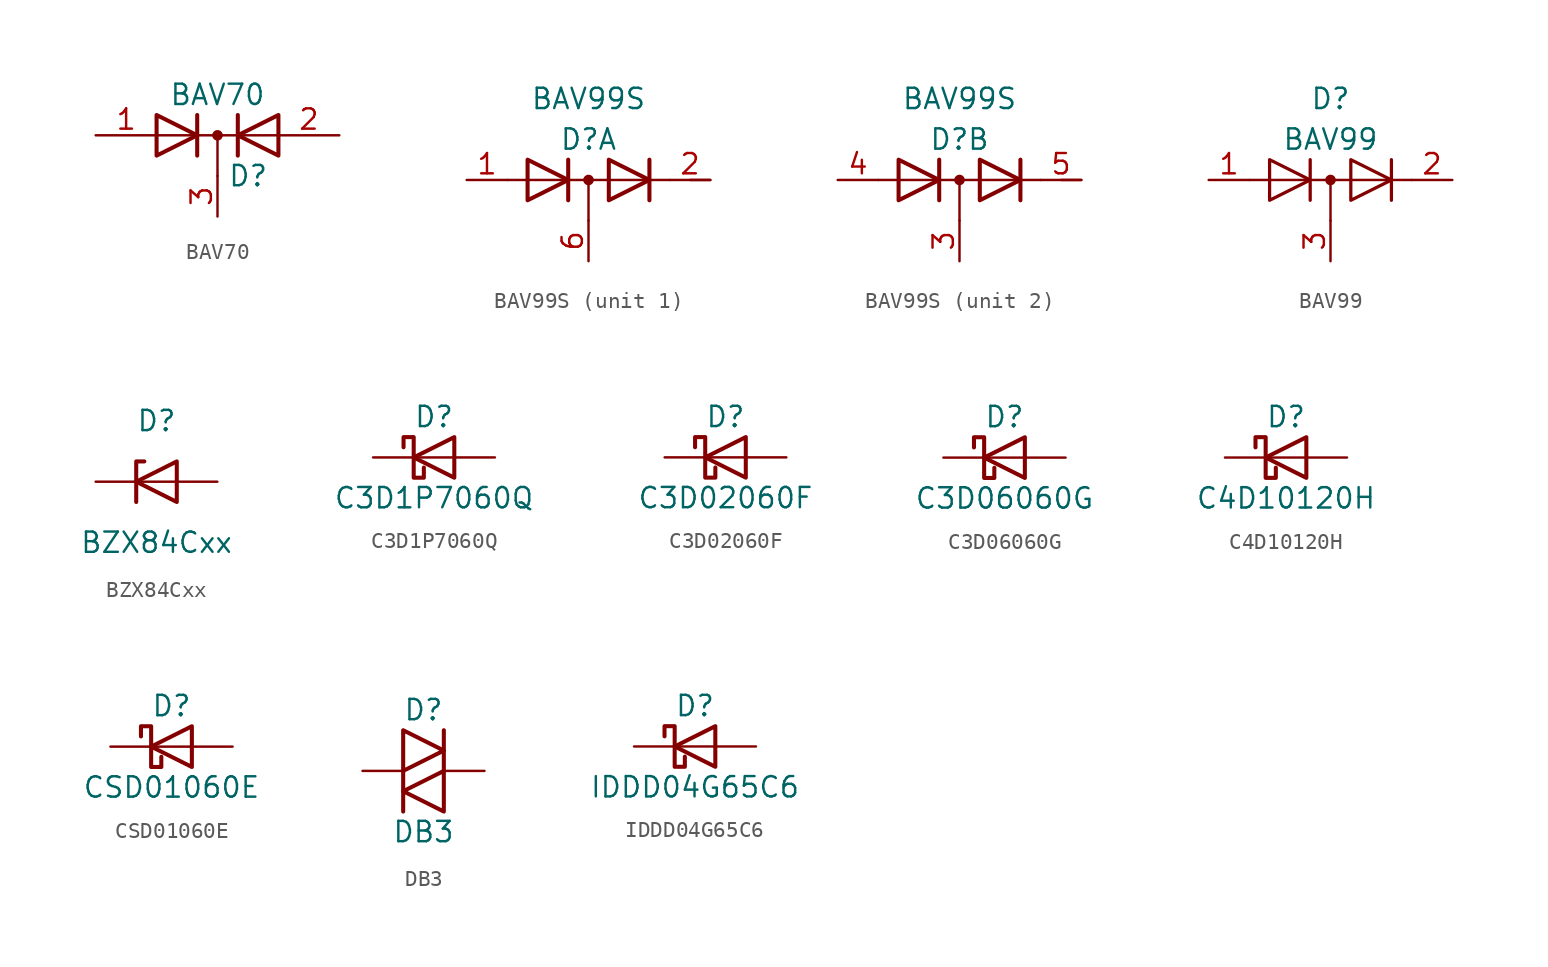
<source format=kicad_sym>
(kicad_symbol_lib
  (version 20241209)
  (generator "kicad_symbol_editor")
  (generator_version "9.0")
  (symbol "BAV70"
    (pin_names
      (hide yes))
    (property "Reference" "D"
      (at 0.635 -2.54 0)
      (effects (font (size 1.27 1.27)) (justify left)))
    (property "Value" "BAV70"
      (at 0 2.54 0)
      (effects (font (size 1.27 1.27))))
    (symbol "BAV70_0_1"
      (polyline (pts (xy -3.81 1.27) (xy -1.27 0) (xy -3.81 -1.27) (xy -3.81 1.27) (xy -3.81 1.27) (xy -3.81 1.27)) (stroke (width 0.254) (type default)) (fill (type none)))
      (polyline (pts (xy -3.81 0) (xy 3.81 0)) (stroke (width 0) (type default)) (fill (type none)))
      (polyline (pts (xy -1.27 -1.27) (xy -1.27 1.27) (xy -1.27 1.27)) (stroke (width 0.254) (type default)) (fill (type none)))
      (polyline (pts (xy 0 0) (xy 0 -2.54)) (stroke (width 0) (type default)) (fill (type none)))
      (circle (center 0 0) (radius 0.254) (stroke (width 0) (type default)) (fill (type outline)))
      (polyline (pts (xy 1.27 -1.27) (xy 1.27 1.27) (xy 1.27 1.27)) (stroke (width 0.254) (type default)) (fill (type none)))
      (polyline (pts (xy 3.81 -1.27) (xy 1.27 0) (xy 3.81 1.27) (xy 3.81 -1.27) (xy 3.81 -1.27) (xy 3.81 -1.27)) (stroke (width 0.254) (type default)) (fill (type none)))
      (pin passive line (at -7.62 0 0) (length 3.81) (name "A" (effects (font (size 1.27 1.27)))) (number "1" (effects (font (size 1.27 1.27)))))
      (pin passive line (at 0 -5.08 90) (length 2.54) (name "K" (effects (font (size 1.27 1.27)))) (number "3" (effects (font (size 1.27 1.27)))))
      (pin passive line (at 7.62 0 180) (length 3.81) (name "A" (effects (font (size 1.27 1.27)))) (number "2" (effects (font (size 1.27 1.27)))))))
  (symbol "BAV99S"
    (pin_names
      (offset 0.025)
      (hide yes))
    (property "Reference" "D"
      (at 0 2.54 0)
      (effects (font (size 1.27 1.27))))
    (property "Value" "BAV99S"
      (at 0 5.08 0)
      (effects (font (size 1.27 1.27))))
    (property "ki_locked" ""
      (at 0 0 0)
      (effects (font (size 1.27 1.27))))
    (symbol "BAV99S_0_1"
      (polyline (pts (xy -5.08 0) (xy 5.08 0)) (stroke (width 0) (type default)) (fill (type none)))
      (polyline (pts (xy -3.81 1.27) (xy -1.27 0) (xy -3.81 -1.27) (xy -3.81 1.27) (xy -3.81 1.27) (xy -3.81 1.27)) (stroke (width 0.254) (type default)) (fill (type none)))
      (polyline (pts (xy -1.27 -1.27) (xy -1.27 1.27) (xy -1.27 1.27)) (stroke (width 0.254) (type default)) (fill (type none)))
      (polyline (pts (xy 0 0) (xy 0 -2.54)) (stroke (width 0) (type default)) (fill (type none)))
      (circle (center 0 0) (radius 0.254) (stroke (width 0) (type default)) (fill (type outline)))
      (polyline (pts (xy 1.27 1.27) (xy 3.81 0) (xy 1.27 -1.27) (xy 1.27 1.27) (xy 1.27 1.27) (xy 1.27 1.27)) (stroke (width 0.254) (type default)) (fill (type none)))
      (polyline (pts (xy 3.81 1.27) (xy 3.81 -1.27) (xy 3.81 -1.27)) (stroke (width 0.254) (type default)) (fill (type none))))
    (symbol "BAV99S_1_1"
      (polyline (pts (xy 6.35 0) (xy 7.62 0)) (stroke (width 0) (type default)) (fill (type none)))
      (pin passive line (at -7.62 0 0) (length 2.54) (name "A1" (effects (font (size 1.27 1.27)))) (number "1" (effects (font (size 1.27 1.27)))))
      (pin passive line (at 0 -5.08 90) (length 2.54) (name "K3A4" (effects (font (size 1.27 1.27)))) (number "6" (effects (font (size 1.27 1.27)))))
      (pin passive line (at 7.62 0 180) (length 2.54) (name "K2" (effects (font (size 1.27 1.27)))) (number "2" (effects (font (size 1.27 1.27))))))
    (symbol "BAV99S_2_1"
      (polyline (pts (xy 6.35 0) (xy 7.62 0)) (stroke (width 0) (type default)) (fill (type none)))
      (pin passive line (at -7.62 0 0) (length 2.54) (name "A3" (effects (font (size 1.27 1.27)))) (number "4" (effects (font (size 1.27 1.27)))))
      (pin passive line (at 0 -5.08 90) (length 2.54) (name "K1A2" (effects (font (size 1.27 1.27)))) (number "3" (effects (font (size 1.27 1.27)))))
      (pin passive line (at 7.62 0 180) (length 2.54) (name "K4" (effects (font (size 1.27 1.27)))) (number "5" (effects (font (size 1.27 1.27)))))))
  (symbol "BAV99"
    (pin_names
      (hide yes))
    (property "Reference" "D"
      (at 0 5.08 0)
      (effects (font (size 1.27 1.27))))
    (property "Value" "BAV99"
      (at 0 2.54 0)
      (effects (font (size 1.27 1.27))))
    (symbol "BAV99_0_1"
      (polyline (pts (xy -5.08 0) (xy 5.08 0)) (stroke (width 0) (type default)) (fill (type none))))
    (symbol "BAV99_1_1"
      (polyline (pts (xy -3.81 1.27) (xy -1.27 0) (xy -3.81 -1.27) (xy -3.81 1.27) (xy -3.81 1.27) (xy -3.81 1.27)) (stroke (width 0.203) (type default)) (fill (type none)))
      (polyline (pts (xy -1.27 -1.27) (xy -1.27 1.27) (xy -1.27 1.27)) (stroke (width 0.203) (type default)) (fill (type none)))
      (polyline (pts (xy 0 0) (xy 0 -2.54)) (stroke (width 0) (type default)) (fill (type none)))
      (circle (center 0 0) (radius 0.254) (stroke (width 0) (type default)) (fill (type outline)))
      (polyline (pts (xy 1.27 1.27) (xy 3.81 0) (xy 1.27 -1.27) (xy 1.27 1.27) (xy 1.27 1.27) (xy 1.27 1.27)) (stroke (width 0.203) (type default)) (fill (type none)))
      (polyline (pts (xy 3.81 1.27) (xy 3.81 -1.27) (xy 3.81 -1.27)) (stroke (width 0.203) (type default)) (fill (type none)))
      (pin passive line (at -7.62 0 0) (length 2.54) (name "K" (effects (font (size 1.27 1.27)))) (number "1" (effects (font (size 1.27 1.27)))))
      (pin passive line (at 0 -5.08 90) (length 2.54) (name "K" (effects (font (size 1.27 1.27)))) (number "3" (effects (font (size 1.27 1.27)))))
      (pin passive line (at 7.62 0 180) (length 2.54) (name "A" (effects (font (size 1.27 1.27)))) (number "2" (effects (font (size 1.27 1.27)))))))
  (symbol "BZX84Cxx"
    (pin_numbers
      (hide yes))
    (pin_names
      (hide yes))
    (property "Reference" "D"
      (at 0 3.81 0)
      (effects (font (size 1.27 1.27))))
    (property "Value" "BZX84Cxx"
      (at 0 -3.81 0)
      (effects (font (size 1.27 1.27))))
    (symbol "BZX84Cxx_0_1"
      (polyline (pts (xy -1.27 -1.27) (xy -1.27 1.27) (xy -0.762 1.27)) (stroke (width 0.254) (type default)) (fill (type none)))
      (polyline (pts (xy 1.27 0) (xy -1.27 0)) (stroke (width 0) (type default)) (fill (type none)))
      (polyline (pts (xy 1.27 -1.27) (xy 1.27 1.27) (xy -1.27 0) (xy 1.27 -1.27)) (stroke (width 0.254) (type default)) (fill (type none))))
    (symbol "BZX84Cxx_1_1"
      (pin passive line (at -3.81 0 0) (length 2.54) (name "K" (effects (font (size 1.27 1.27)))) (number "3" (effects (font (size 1.27 1.27)))))
      (pin no_connect line (at 1.27 0 180) (length 2.54) (hide yes) (name "NC" (effects (font (size 1.27 1.27)))) (number "2" (effects (font (size 1.27 1.27)))))
      (pin passive line (at 3.81 0 180) (length 2.54) (name "A" (effects (font (size 1.27 1.27)))) (number "1" (effects (font (size 1.27 1.27)))))))
  (symbol "C3D1P7060Q"
    (pin_numbers
      (hide yes))
    (pin_names
      (offset 1.016)
      (hide yes))
    (property "Reference" "D"
      (at 0 2.54 0)
      (effects (font (size 1.27 1.27))))
    (property "Value" "C3D1P7060Q"
      (at 0 -2.54 0)
      (effects (font (size 1.27 1.27))))
    (symbol "C3D1P7060Q_0_1"
      (polyline (pts (xy -1.905 0.635) (xy -1.905 1.27) (xy -1.27 1.27) (xy -1.27 -1.27) (xy -0.635 -1.27) (xy -0.635 -0.635)) (stroke (width 0.254) (type default)) (fill (type none)))
      (polyline (pts (xy 1.27 1.27) (xy 1.27 -1.27) (xy -1.27 0) (xy 1.27 1.27)) (stroke (width 0.254) (type default)) (fill (type none)))
      (polyline (pts (xy 1.27 0) (xy -1.27 0)) (stroke (width 0) (type default)) (fill (type none))))
    (symbol "C3D1P7060Q_1_1"
      (pin passive line (at -3.81 0 0) (length 2.54) (name "K" (effects (font (size 1.27 1.27)))) (number "1" (effects (font (size 1.27 1.27)))))
      (pin passive line (at 3.81 0 180) (length 2.54) (name "A" (effects (font (size 1.27 1.27)))) (number "2" (effects (font (size 1.27 1.27)))))))
  (symbol "C3D02060F"
    (pin_numbers
      (hide yes))
    (pin_names
      (offset 1.016)
      (hide yes))
    (property "Reference" "D"
      (at 0 2.54 0)
      (effects (font (size 1.27 1.27))))
    (property "Value" "C3D02060F"
      (at 0 -2.54 0)
      (effects (font (size 1.27 1.27))))
    (symbol "C3D02060F_0_1"
      (polyline (pts (xy -1.905 0.635) (xy -1.905 1.27) (xy -1.27 1.27) (xy -1.27 -1.27) (xy -0.635 -1.27) (xy -0.635 -0.635)) (stroke (width 0.254) (type default)) (fill (type none)))
      (polyline (pts (xy 1.27 1.27) (xy 1.27 -1.27) (xy -1.27 0) (xy 1.27 1.27)) (stroke (width 0.254) (type default)) (fill (type none)))
      (polyline (pts (xy 1.27 0) (xy -1.27 0)) (stroke (width 0) (type default)) (fill (type none))))
    (symbol "C3D02060F_1_1"
      (pin passive line (at -3.81 0 0) (length 2.54) (name "K" (effects (font (size 1.27 1.27)))) (number "1" (effects (font (size 1.27 1.27)))))
      (pin passive line (at 3.81 0 180) (length 2.54) (name "A" (effects (font (size 1.27 1.27)))) (number "2" (effects (font (size 1.27 1.27)))))))
  (symbol "C3D06060G"
    (pin_numbers
      (hide yes))
    (pin_names
      (offset 1.016)
      (hide yes))
    (property "Reference" "D"
      (at 0 2.54 0)
      (effects (font (size 1.27 1.27))))
    (property "Value" "C3D06060G"
      (at 0 -2.54 0)
      (effects (font (size 1.27 1.27))))
    (symbol "C3D06060G_0_1"
      (polyline (pts (xy -1.905 0.635) (xy -1.905 1.27) (xy -1.27 1.27) (xy -1.27 -1.27) (xy -0.635 -1.27) (xy -0.635 -0.635)) (stroke (width 0.254) (type default)) (fill (type none)))
      (polyline (pts (xy 1.27 1.27) (xy 1.27 -1.27) (xy -1.27 0) (xy 1.27 1.27)) (stroke (width 0.254) (type default)) (fill (type none)))
      (polyline (pts (xy 1.27 0) (xy -1.27 0)) (stroke (width 0) (type default)) (fill (type none))))
    (symbol "C3D06060G_1_1"
      (pin passive line (at -3.81 0 0) (length 2.54) (name "K" (effects (font (size 1.27 1.27)))) (number "1" (effects (font (size 1.27 1.27)))))
      (pin passive line (at 3.81 0 180) (length 2.54) (name "A" (effects (font (size 1.27 1.27)))) (number "2" (effects (font (size 1.27 1.27)))))))
  (symbol "C4D10120H"
    (pin_numbers
      (hide yes))
    (pin_names
      (offset 1.016)
      (hide yes))
    (property "Reference" "D"
      (at 0 2.54 0)
      (effects (font (size 1.27 1.27))))
    (property "Value" "C4D10120H"
      (at 0 -2.54 0)
      (effects (font (size 1.27 1.27))))
    (symbol "C4D10120H_0_1"
      (polyline (pts (xy -1.905 0.635) (xy -1.905 1.27) (xy -1.27 1.27) (xy -1.27 -1.27) (xy -0.635 -1.27) (xy -0.635 -0.635)) (stroke (width 0.254) (type default)) (fill (type none)))
      (polyline (pts (xy 1.27 1.27) (xy 1.27 -1.27) (xy -1.27 0) (xy 1.27 1.27)) (stroke (width 0.254) (type default)) (fill (type none)))
      (polyline (pts (xy 1.27 0) (xy -1.27 0)) (stroke (width 0) (type default)) (fill (type none))))
    (symbol "C4D10120H_1_1"
      (pin passive line (at -3.81 0 0) (length 2.54) (name "K" (effects (font (size 1.27 1.27)))) (number "1" (effects (font (size 1.27 1.27)))))
      (pin passive line (at 3.81 0 180) (length 2.54) (name "A" (effects (font (size 1.27 1.27)))) (number "2" (effects (font (size 1.27 1.27)))))))
  (symbol "CSD01060E"
    (pin_numbers
      (hide yes))
    (pin_names
      (offset 1.016)
      (hide yes))
    (property "Reference" "D"
      (at 0 2.54 0)
      (effects (font (size 1.27 1.27))))
    (property "Value" "CSD01060E"
      (at 0 -2.54 0)
      (effects (font (size 1.27 1.27))))
    (symbol "CSD01060E_0_1"
      (polyline (pts (xy -1.905 0.635) (xy -1.905 1.27) (xy -1.27 1.27) (xy -1.27 -1.27) (xy -0.635 -1.27) (xy -0.635 -0.635)) (stroke (width 0.254) (type default)) (fill (type none)))
      (polyline (pts (xy 1.27 1.27) (xy 1.27 -1.27) (xy -1.27 0) (xy 1.27 1.27)) (stroke (width 0.254) (type default)) (fill (type none)))
      (polyline (pts (xy 1.27 0) (xy -1.27 0)) (stroke (width 0) (type default)) (fill (type none))))
    (symbol "CSD01060E_1_1"
      (pin passive line (at -3.81 0 0) (length 2.54) (name "K" (effects (font (size 1.27 1.27)))) (number "1" (effects (font (size 1.27 1.27)))))
      (pin passive line (at 3.81 0 180) (length 2.54) (name "A" (effects (font (size 1.27 1.27)))) (number "2" (effects (font (size 1.27 1.27)))))))
  (symbol "DB3"
    (pin_numbers
      (hide yes))
    (pin_names
      (offset 1.016)
      (hide yes))
    (property "Reference" "D"
      (at 0 3.81 0)
      (effects (font (size 1.27 1.27))))
    (property "Value" "DB3"
      (at 0 -3.81 0)
      (effects (font (size 1.27 1.27))))
    (symbol "DB3_0_1"
      (polyline (pts (xy -1.27 2.54) (xy -1.27 0) (xy 1.27 1.27) (xy -1.27 2.54)) (stroke (width 0.254) (type default)) (fill (type none)))
      (polyline (pts (xy -1.27 0) (xy -1.27 -2.54)) (stroke (width 0.254) (type default)) (fill (type none)))
      (polyline (pts (xy 1.27 2.54) (xy 1.27 0)) (stroke (width 0.254) (type default)) (fill (type none)))
      (polyline (pts (xy 1.27 0) (xy 1.27 -2.54) (xy -1.27 -1.27) (xy 1.27 0)) (stroke (width 0.254) (type default)) (fill (type none))))
    (symbol "DB3_1_1"
      (pin passive line (at -3.81 0 0) (length 2.54) (name "K" (effects (font (size 1.27 1.27)))) (number "1" (effects (font (size 1.27 1.27)))))
      (pin passive line (at 3.81 0 180) (length 2.54) (name "A" (effects (font (size 1.27 1.27)))) (number "2" (effects (font (size 1.27 1.27)))))))
  (symbol "IDDD04G65C6"
    (pin_numbers
      (hide yes))
    (pin_names
      (offset 1.016)
      (hide yes))
    (property "Reference" "D"
      (at 0 2.54 0)
      (effects (font (size 1.27 1.27))))
    (property "Value" "IDDD04G65C6"
      (at 0 -2.54 0)
      (effects (font (size 1.27 1.27))))
    (symbol "IDDD04G65C6_0_1"
      (polyline (pts (xy -1.905 0.635) (xy -1.905 1.27) (xy -1.27 1.27) (xy -1.27 -1.27) (xy -0.635 -1.27) (xy -0.635 -0.635)) (stroke (width 0.254) (type default)) (fill (type none)))
      (polyline (pts (xy 1.27 1.27) (xy 1.27 -1.27) (xy -1.27 0) (xy 1.27 1.27)) (stroke (width 0.254) (type default)) (fill (type none)))
      (polyline (pts (xy 1.27 0) (xy -1.27 0)) (stroke (width 0) (type default)) (fill (type none))))
    (symbol "IDDD04G65C6_1_1"
      (pin passive line (at -3.81 0 0) (length 2.54) (hide yes) (name "K" (effects (font (size 1.27 1.27)))) (number "10" (effects (font (size 1.27 1.27)))))
      (pin passive line (at -3.81 0 0) (length 2.54) (name "K" (effects (font (size 1.27 1.27)))) (number "6" (effects (font (size 1.27 1.27)))))
      (pin passive line (at -3.81 0 0) (length 2.54) (hide yes) (name "K" (effects (font (size 1.27 1.27)))) (number "7" (effects (font (size 1.27 1.27)))))
      (pin passive line (at -3.81 0 0) (length 2.54) (hide yes) (name "K" (effects (font (size 1.27 1.27)))) (number "8" (effects (font (size 1.27 1.27)))))
      (pin passive line (at -3.81 0 0) (length 2.54) (hide yes) (name "K" (effects (font (size 1.27 1.27)))) (number "9" (effects (font (size 1.27 1.27)))))
      (pin no_connect line (at 1.27 1.27 180) (length 2.54) (hide yes) (name "NC" (effects (font (size 1.27 1.27)))) (number "2" (effects (font (size 1.27 1.27)))))
      (pin no_connect line (at 1.27 -1.27 180) (length 2.54) (hide yes) (name "NC" (effects (font (size 1.27 1.27)))) (number "1" (effects (font (size 1.27 1.27)))))
      (pin passive line (at 3.81 0 180) (length 2.54) (name "A" (effects (font (size 1.27 1.27)))) (number "3" (effects (font (size 1.27 1.27)))))
      (pin passive line (at 3.81 0 180) (length 2.54) (hide yes) (name "A" (effects (font (size 1.27 1.27)))) (number "4" (effects (font (size 1.27 1.27)))))
      (pin passive line (at 3.81 0 180) (length 2.54) (hide yes) (name "A" (effects (font (size 1.27 1.27)))) (number "5" (effects (font (size 1.27 1.27))))))))
</source>
